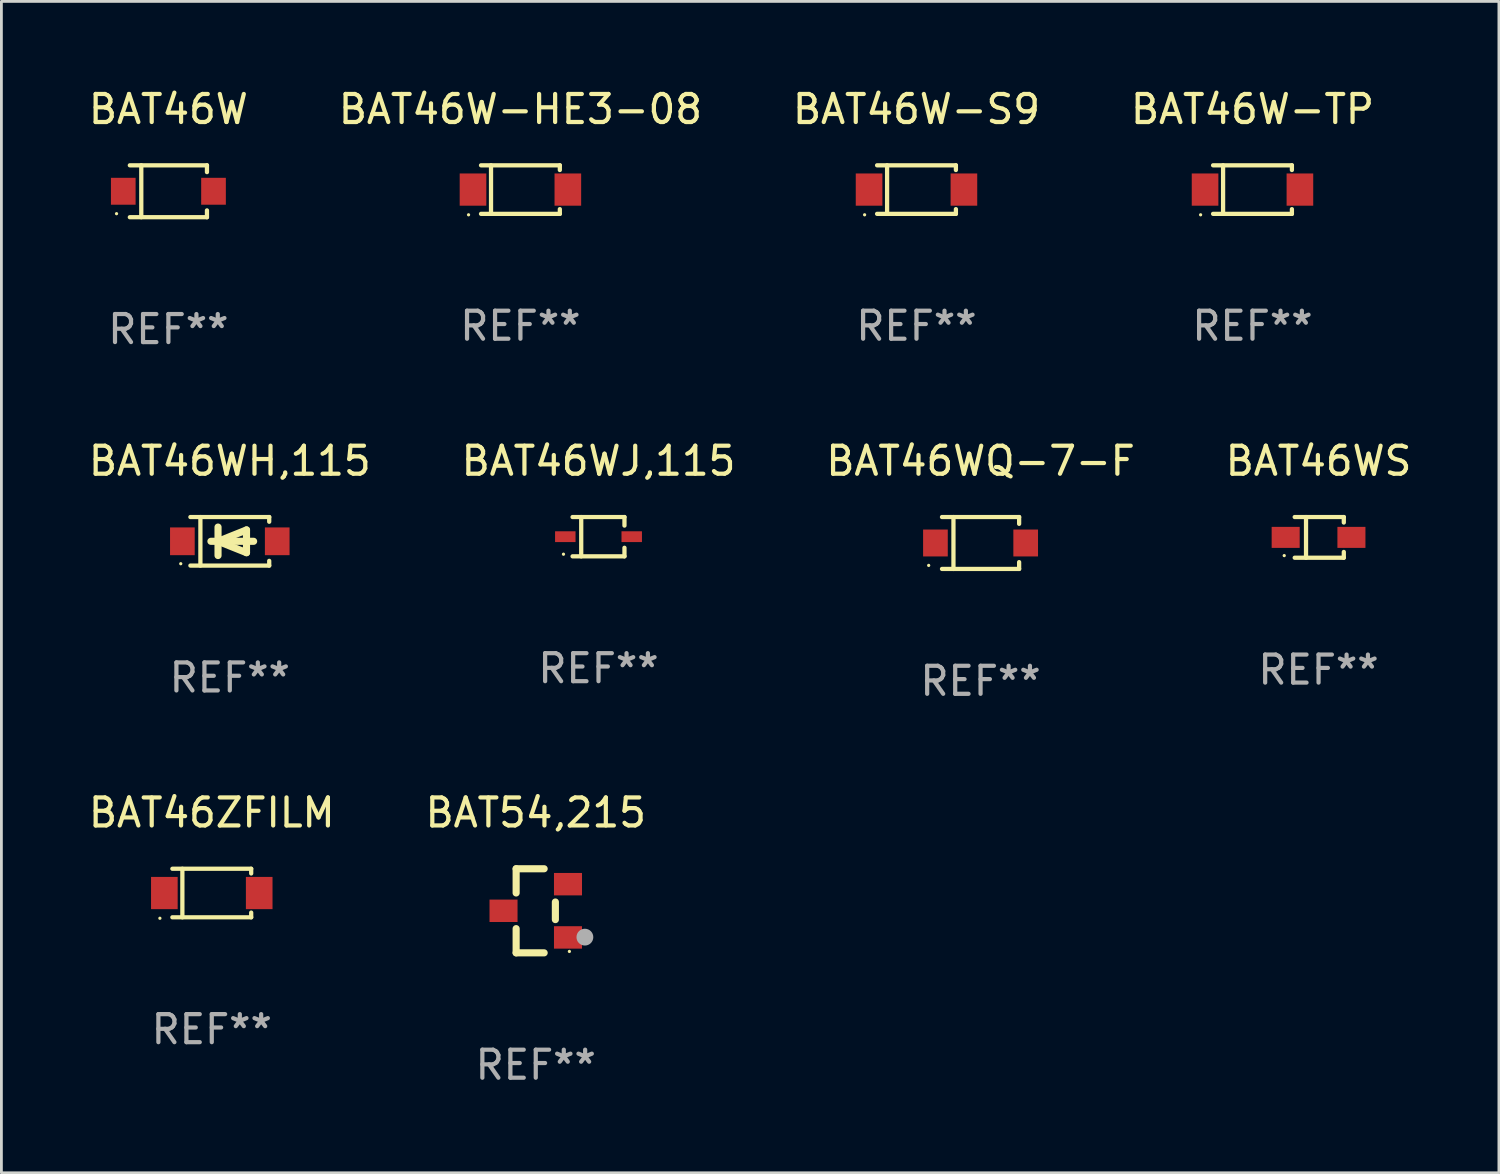
<source format=kicad_pcb>
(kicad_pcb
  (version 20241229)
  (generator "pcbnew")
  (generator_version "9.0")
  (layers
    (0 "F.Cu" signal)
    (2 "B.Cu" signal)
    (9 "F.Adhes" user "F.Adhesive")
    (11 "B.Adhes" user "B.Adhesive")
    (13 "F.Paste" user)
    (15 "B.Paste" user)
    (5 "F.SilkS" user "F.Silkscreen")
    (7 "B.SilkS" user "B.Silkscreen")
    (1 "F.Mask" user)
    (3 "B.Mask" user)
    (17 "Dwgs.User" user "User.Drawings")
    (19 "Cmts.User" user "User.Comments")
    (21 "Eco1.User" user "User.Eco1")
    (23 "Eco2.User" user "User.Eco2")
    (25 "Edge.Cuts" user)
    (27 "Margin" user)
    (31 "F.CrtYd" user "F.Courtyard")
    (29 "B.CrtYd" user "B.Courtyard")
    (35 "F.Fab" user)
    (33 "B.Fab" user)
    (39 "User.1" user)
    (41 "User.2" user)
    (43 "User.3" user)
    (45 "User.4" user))
  (footprint "BAT46W-S9"
    (layer "F.Cu")
    (at 29.649 3.714)
    (property "Reference" "BAT46W-S9" (at 0 -2.866 0) (layer "F.SilkS") (effects (font (size 1 1) (thickness 0.15))))
    (attr through_hole)
    (fp_line (start -1.406 -0.866) (end 1.406 -0.866) (stroke (width 0.152) (type solid)) (layer "F.SilkS"))
    (fp_line (start -1.406 0.866) (end 1.406 0.866) (stroke (width 0.152) (type solid)) (layer "F.SilkS"))
    (fp_line (start -1.049 -0.866) (end -1.049 0.866) (stroke (width 0.152) (type solid)) (layer "F.SilkS"))
    (fp_line (start 1.406 -0.866) (end 1.406 -0.698) (stroke (width 0.152) (type solid)) (layer "F.SilkS"))
    (fp_line (start 1.406 0.866) (end 1.406 0.698) (stroke (width 0.152) (type solid)) (layer "F.SilkS"))
    (fp_circle (center -1.851 0.9) (end -1.821 0.9) (stroke (width 0.06) (type solid)) (fill no) (layer "F.SilkS"))
    (fp_text user "REF**" (at 0 4.866 0) (layer "F.Fab") (effects (font (size 1 1) (thickness 0.15))))
    (pad "1" smd rect (at -1.692 0) (size 0.95 1.15) (layers "F.Cu" "F.Mask" "F.Paste"))
    (pad "2" smd rect (at 1.692 0) (size 0.95 1.15) (layers "F.Cu" "F.Mask" "F.Paste")))
  (footprint "BAT46WH,115"
    (layer "F.Cu")
    (at 5.149 16.263)
    (property "Reference" "BAT46WH,115" (at 0 -2.866 0) (layer "F.SilkS") (effects (font (size 1 1) (thickness 0.15))))
    (attr through_hole)
    (fp_line (start -1.406 -0.866) (end 1.406 -0.866) (stroke (width 0.152) (type solid)) (layer "F.SilkS"))
    (fp_line (start -1.406 0.866) (end 1.406 0.866) (stroke (width 0.152) (type solid)) (layer "F.SilkS"))
    (fp_line (start -1.049 -0.866) (end -1.049 0.866) (stroke (width 0.152) (type solid)) (layer "F.SilkS"))
    (fp_line (start -0.674 0) (end 0.85 0) (stroke (width 0.254) (type solid)) (layer "F.SilkS"))
    (fp_line (start -0.42 -0.508) (end -0.42 0.508) (stroke (width 0.254) (type solid)) (layer "F.SilkS"))
    (fp_line (start -0.42 0) (end 0.596 -0.406) (stroke (width 0.254) (type solid)) (layer "F.SilkS"))
    (fp_line (start 0.596 -0.406) (end 0.596 0.406) (stroke (width 0.254) (type solid)) (layer "F.SilkS"))
    (fp_line (start 0.596 0.406) (end -0.42 0) (stroke (width 0.254) (type solid)) (layer "F.SilkS"))
    (fp_line (start 1.406 -0.866) (end 1.406 -0.698) (stroke (width 0.152) (type solid)) (layer "F.SilkS"))
    (fp_line (start 1.406 0.866) (end 1.406 0.698) (stroke (width 0.152) (type solid)) (layer "F.SilkS"))
    (fp_circle (center -1.75 0.8) (end -1.72 0.8) (stroke (width 0.06) (type solid)) (fill no) (layer "F.SilkS"))
    (fp_text user "REF**" (at 0 4.866 0) (layer "F.Fab") (effects (font (size 1 1) (thickness 0.15))))
    (pad "1" smd rect (at -1.692 0) (size 0.88 0.99) (layers "F.Cu" "F.Mask" "F.Paste"))
    (pad "2" smd rect (at 1.692 0) (size 0.88 0.99) (layers "F.Cu" "F.Mask" "F.Paste")))
  (footprint "BAT46W-HE3-08"
    (layer "F.Cu")
    (at 15.518 3.714)
    (property "Reference" "BAT46W-HE3-08" (at 0 -2.866 0) (layer "F.SilkS") (effects (font (size 1 1) (thickness 0.15))))
    (attr through_hole)
    (fp_line (start -1.406 -0.866) (end 1.406 -0.866) (stroke (width 0.152) (type solid)) (layer "F.SilkS"))
    (fp_line (start -1.406 0.866) (end 1.406 0.866) (stroke (width 0.152) (type solid)) (layer "F.SilkS"))
    (fp_line (start -1.049 -0.866) (end -1.049 0.866) (stroke (width 0.152) (type solid)) (layer "F.SilkS"))
    (fp_line (start 1.406 -0.866) (end 1.406 -0.698) (stroke (width 0.152) (type solid)) (layer "F.SilkS"))
    (fp_line (start 1.406 0.866) (end 1.406 0.698) (stroke (width 0.152) (type solid)) (layer "F.SilkS"))
    (fp_circle (center -1.851 0.9) (end -1.821 0.9) (stroke (width 0.06) (type solid)) (fill no) (layer "F.SilkS"))
    (fp_text user "REF**" (at 0 4.866 0) (layer "F.Fab") (effects (font (size 1 1) (thickness 0.15))))
    (pad "1" smd rect (at -1.692 0) (size 0.95 1.15) (layers "F.Cu" "F.Mask" "F.Paste"))
    (pad "2" smd rect (at 1.692 0) (size 0.95 1.15) (layers "F.Cu" "F.Mask" "F.Paste")))
  (footprint "BAT46W"
    (layer "F.Cu")
    (at 2.958 3.774)
    (property "Reference" "BAT46W" (at 0 -2.926 0) (layer "F.SilkS") (effects (font (size 1 1) (thickness 0.15))))
    (attr through_hole)
    (fp_line (start -1.376 -0.926) (end 1.376 -0.926) (stroke (width 0.152) (type solid)) (layer "F.SilkS"))
    (fp_line (start -1.376 0.926) (end 1.376 0.926) (stroke (width 0.152) (type solid)) (layer "F.SilkS"))
    (fp_line (start -0.967 -0.926) (end -0.967 0.926) (stroke (width 0.152) (type solid)) (layer "F.SilkS"))
    (fp_line (start 1.376 -0.926) (end 1.376 -0.683) (stroke (width 0.152) (type solid)) (layer "F.SilkS"))
    (fp_line (start 1.376 0.926) (end 1.376 0.683) (stroke (width 0.152) (type solid)) (layer "F.SilkS"))
    (fp_circle (center -1.85 0.8) (end -1.82 0.8) (stroke (width 0.06) (type solid)) (fill no) (layer "F.SilkS"))
    (fp_text user "REF**" (at 0 4.926 0) (layer "F.Fab") (effects (font (size 1 1) (thickness 0.15))))
    (pad "1" smd rect (at -1.61 0) (size 0.88 0.96) (layers "F.Cu" "F.Mask" "F.Paste"))
    (pad "2" smd rect (at 1.61 0) (size 0.88 0.96) (layers "F.Cu" "F.Mask" "F.Paste")))
  (footprint "BAT46WS"
    (layer "F.Cu")
    (at 43.994 16.123)
    (property "Reference" "BAT46WS" (at 0 -2.726 0) (layer "F.SilkS") (effects (font (size 1 1) (thickness 0.15))))
    (attr through_hole)
    (fp_line (start -0.851 -0.726) (end 0.901 -0.726) (stroke (width 0.152) (type solid)) (layer "F.SilkS"))
    (fp_line (start -0.851 0.726) (end 0.901 0.726) (stroke (width 0.152) (type solid)) (layer "F.SilkS"))
    (fp_line (start -0.447 -0.726) (end -0.447 0.726) (stroke (width 0.152) (type solid)) (layer "F.SilkS"))
    (fp_line (start 0.901 -0.726) (end 0.901 -0.53) (stroke (width 0.152) (type solid)) (layer "F.SilkS"))
    (fp_line (start 0.901 0.726) (end 0.901 0.52) (stroke (width 0.152) (type solid)) (layer "F.SilkS"))
    (fp_circle (center -1.225 0.65) (end -1.195 0.65) (stroke (width 0.06) (type solid)) (fill no) (layer "F.SilkS"))
    (fp_text user "REF**" (at 0 4.726 0) (layer "F.Fab") (effects (font (size 1 1) (thickness 0.15))))
    (pad "1" smd rect (at -1.173 0) (size 1 0.75) (layers "F.Cu" "F.Mask" "F.Paste"))
    (pad "2" smd rect (at 1.173 0) (size 1 0.75) (layers "F.Cu" "F.Mask" "F.Paste")))
  (footprint "BAT46WQ-7-F"
    (layer "F.Cu")
    (at 31.935 16.323)
    (property "Reference" "BAT46WQ-7-F" (at 0 -2.926 0) (layer "F.SilkS") (effects (font (size 1 1) (thickness 0.15))))
    (attr through_hole)
    (fp_line (start -1.376 -0.926) (end 1.376 -0.926) (stroke (width 0.152) (type solid)) (layer "F.SilkS"))
    (fp_line (start -1.376 0.926) (end 1.376 0.926) (stroke (width 0.152) (type solid)) (layer "F.SilkS"))
    (fp_line (start -0.967 -0.926) (end -0.967 0.926) (stroke (width 0.152) (type solid)) (layer "F.SilkS"))
    (fp_line (start 1.376 -0.926) (end 1.376 -0.683) (stroke (width 0.152) (type solid)) (layer "F.SilkS"))
    (fp_line (start 1.376 0.926) (end 1.376 0.683) (stroke (width 0.152) (type solid)) (layer "F.SilkS"))
    (fp_circle (center -1.851 0.8) (end -1.821 0.8) (stroke (width 0.06) (type solid)) (fill no) (layer "F.SilkS"))
    (fp_text user "REF**" (at 0 4.926 0) (layer "F.Fab") (effects (font (size 1 1) (thickness 0.15))))
    (pad "1" smd rect (at -1.61 0.000102) (size 0.88 0.96) (layers "F.Cu" "F.Mask" "F.Paste"))
    (pad "2" smd rect (at 1.61 0.000102) (size 0.88 0.96) (layers "F.Cu" "F.Mask" "F.Paste")))
  (footprint "BAT46WJ,115"
    (layer "F.Cu")
    (at 18.304 16.098)
    (property "Reference" "BAT46WJ,115" (at 0 -2.701 0) (layer "F.SilkS") (effects (font (size 1 1) (thickness 0.15))))
    (attr through_hole)
    (fp_line (start -0.926 -0.701) (end 0.926 -0.701) (stroke (width 0.152) (type solid)) (layer "F.SilkS"))
    (fp_line (start -0.926 0.701) (end 0.926 0.701) (stroke (width 0.152) (type solid)) (layer "F.SilkS"))
    (fp_line (start -0.617 -0.701) (end -0.617 0.701) (stroke (width 0.152) (type solid)) (layer "F.SilkS"))
    (fp_line (start 0.926 -0.701) (end 0.926 -0.396) (stroke (width 0.152) (type solid)) (layer "F.SilkS"))
    (fp_line (start 0.926 0.701) (end 0.926 0.396) (stroke (width 0.152) (type solid)) (layer "F.SilkS"))
    (fp_circle (center -1.25 0.625) (end -1.22 0.625) (stroke (width 0.06) (type solid)) (fill no) (layer "F.SilkS"))
    (fp_text user "REF**" (at 0 4.701 0) (layer "F.Fab") (effects (font (size 1 1) (thickness 0.15))))
    (pad "1" smd rect (at -1.185 0 180) (size 0.73 0.385) (layers "F.Cu" "F.Mask" "F.Paste"))
    (pad "2" smd rect (at 1.185 0 180) (size 0.73 0.385) (layers "F.Cu" "F.Mask" "F.Paste")))
  (footprint "BAT54,215"
    (layer "F.Cu")
    (at 16.065 29.446)
    (property "Reference" "BAT54,215" (at 0 -3.5 0) (layer "F.SilkS") (effects (font (size 1 1) (thickness 0.15))))
    (attr through_hole)
    (fp_line (start -0.7 -1.5) (end 0.3 -1.5) (stroke (width 0.254) (type solid)) (layer "F.SilkS"))
    (fp_line (start -0.7 -0.636) (end -0.7 -1.5) (stroke (width 0.254) (type solid)) (layer "F.SilkS"))
    (fp_line (start -0.7 1.5) (end -0.7 0.636) (stroke (width 0.254) (type solid)) (layer "F.SilkS"))
    (fp_line (start -0.7 1.5) (end 0.3 1.5) (stroke (width 0.254) (type solid)) (layer "F.SilkS"))
    (fp_line (start 0.7 0.314) (end 0.7 -0.314) (stroke (width 0.254) (type solid)) (layer "F.SilkS"))
    (fp_circle (center 1.2 1.45) (end 1.23 1.45) (stroke (width 0.06) (type solid)) (fill no) (layer "F.SilkS"))
    (fp_circle (center 1.753 0.94) (end 1.903 0.94) (stroke (width 0.3) (type solid)) (fill no) (layer "F.Fab"))
    (fp_text user "REF**" (at 0 5.5 0) (layer "F.Fab") (effects (font (size 1 1) (thickness 0.15))))
    (pad "1" smd rect (at 1.15 0.95 180) (size 1 0.8) (layers "F.Cu" "F.Mask" "F.Paste"))
    (pad "2" smd rect (at 1.15 -0.95 180) (size 1 0.8) (layers "F.Cu" "F.Mask" "F.Paste"))
    (pad "3" smd rect (at -1.15 -0.000051 180) (size 1 0.8) (layers "F.Cu" "F.Mask" "F.Paste")))
  (footprint "BAT46W-TP"
    (layer "F.Cu")
    (at 41.637 3.714)
    (property "Reference" "BAT46W-TP" (at 0 -2.866 0) (layer "F.SilkS") (effects (font (size 1 1) (thickness 0.15))))
    (attr through_hole)
    (fp_line (start -1.406 -0.866) (end 1.406 -0.866) (stroke (width 0.152) (type solid)) (layer "F.SilkS"))
    (fp_line (start -1.406 0.866) (end 1.406 0.866) (stroke (width 0.152) (type solid)) (layer "F.SilkS"))
    (fp_line (start -1.049 -0.866) (end -1.049 0.866) (stroke (width 0.152) (type solid)) (layer "F.SilkS"))
    (fp_line (start 1.406 -0.866) (end 1.406 -0.698) (stroke (width 0.152) (type solid)) (layer "F.SilkS"))
    (fp_line (start 1.406 0.866) (end 1.406 0.698) (stroke (width 0.152) (type solid)) (layer "F.SilkS"))
    (fp_circle (center -1.851 0.9) (end -1.821 0.9) (stroke (width 0.06) (type solid)) (fill no) (layer "F.SilkS"))
    (fp_text user "REF**" (at 0 4.866 0) (layer "F.Fab") (effects (font (size 1 1) (thickness 0.15))))
    (pad "1" smd rect (at -1.692 0) (size 0.95 1.15) (layers "F.Cu" "F.Mask" "F.Paste"))
    (pad "2" smd rect (at 1.692 0) (size 0.95 1.15) (layers "F.Cu" "F.Mask" "F.Paste")))
  (footprint "BAT46ZFILM"
    (layer "F.Cu")
    (at 4.506 28.812)
    (property "Reference" "BAT46ZFILM" (at 0 -2.866 0) (layer "F.SilkS") (effects (font (size 1 1) (thickness 0.15))))
    (attr through_hole)
    (fp_line (start -1.406 -0.866) (end 1.406 -0.866) (stroke (width 0.152) (type solid)) (layer "F.SilkS"))
    (fp_line (start -1.406 0.866) (end 1.406 0.866) (stroke (width 0.152) (type solid)) (layer "F.SilkS"))
    (fp_line (start -1.049 -0.866) (end -1.049 0.866) (stroke (width 0.152) (type solid)) (layer "F.SilkS"))
    (fp_line (start 1.406 -0.866) (end 1.406 -0.698) (stroke (width 0.152) (type solid)) (layer "F.SilkS"))
    (fp_line (start 1.406 0.866) (end 1.406 0.698) (stroke (width 0.152) (type solid)) (layer "F.SilkS"))
    (fp_circle (center -1.851 0.9) (end -1.821 0.9) (stroke (width 0.06) (type solid)) (fill no) (layer "F.SilkS"))
    (fp_text user "REF**" (at 0 4.866 0) (layer "F.Fab") (effects (font (size 1 1) (thickness 0.15))))
    (pad "1" smd rect (at -1.692 0) (size 0.95 1.15) (layers "F.Cu" "F.Mask" "F.Paste"))
    (pad "2" smd rect (at 1.692 0) (size 0.95 1.15) (layers "F.Cu" "F.Mask" "F.Paste")))
  (gr_rect
    (start -3 -3)
    (end 50.429 38.794)
    (stroke (width 0.1) (type default))
    (fill no)
    (layer "Edge.Cuts")))
</source>
